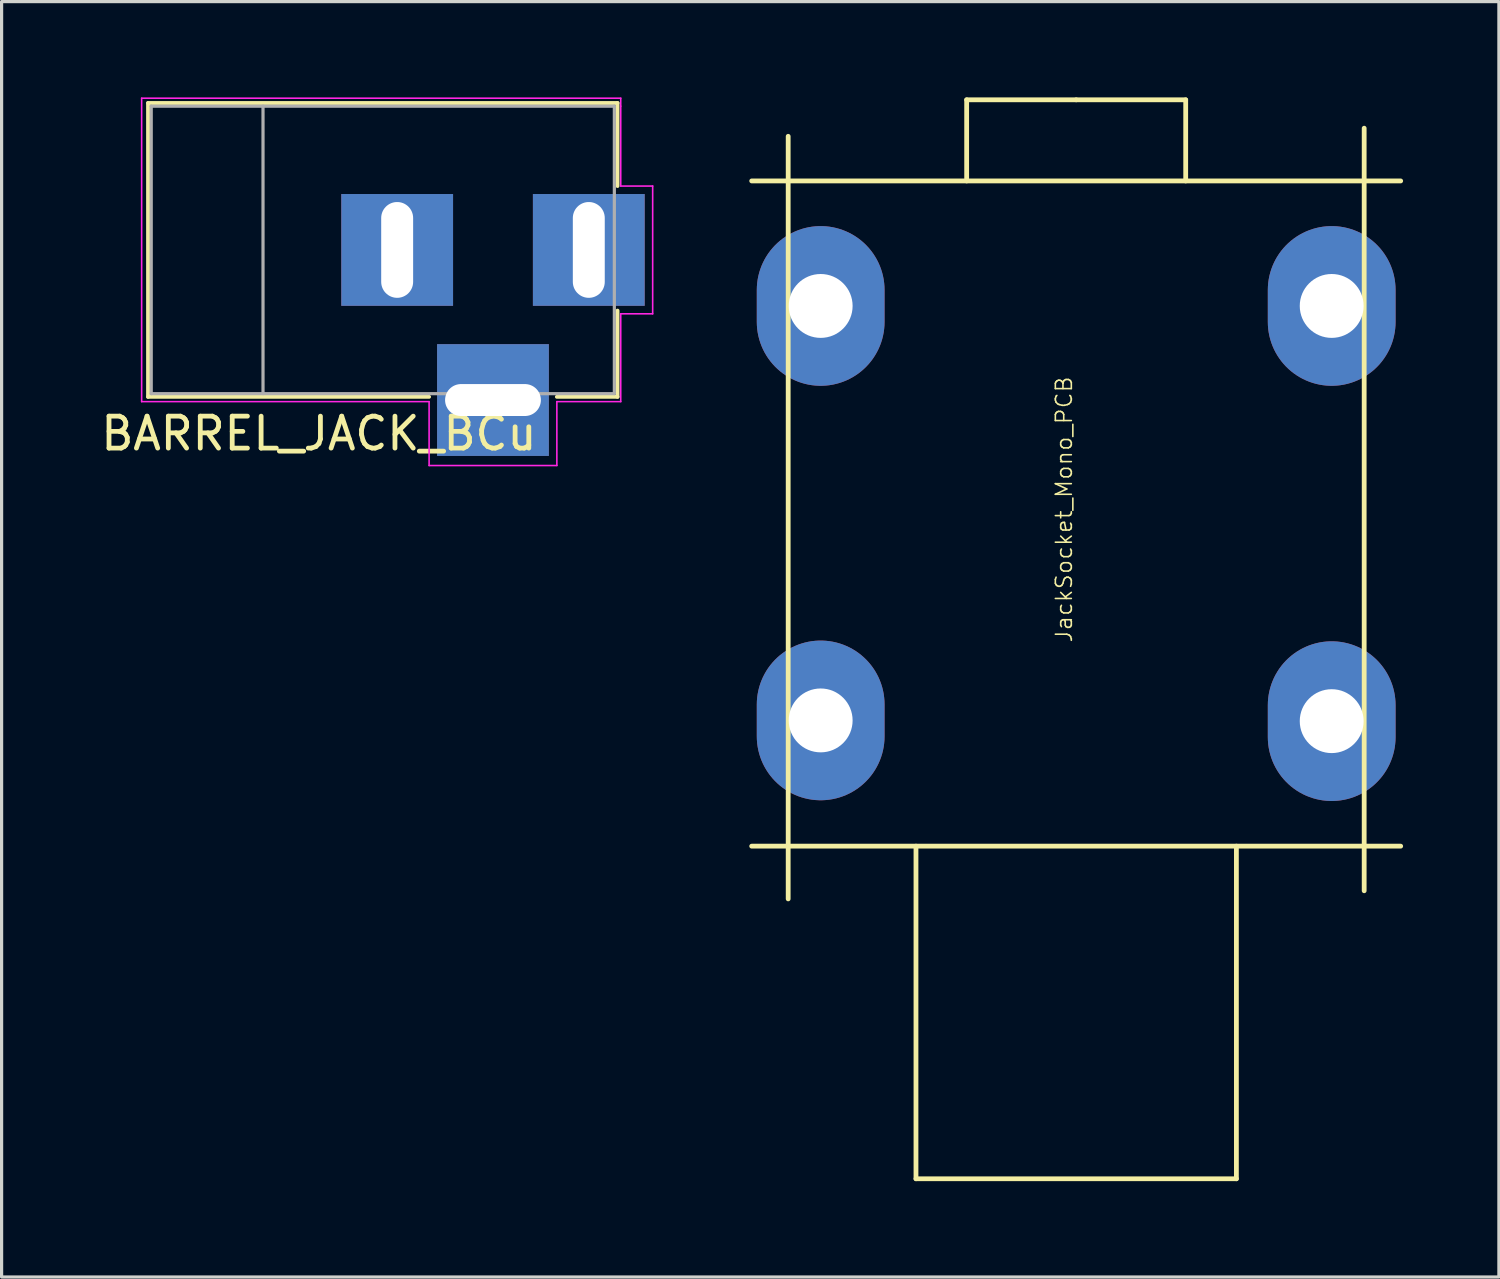
<source format=kicad_pcb>
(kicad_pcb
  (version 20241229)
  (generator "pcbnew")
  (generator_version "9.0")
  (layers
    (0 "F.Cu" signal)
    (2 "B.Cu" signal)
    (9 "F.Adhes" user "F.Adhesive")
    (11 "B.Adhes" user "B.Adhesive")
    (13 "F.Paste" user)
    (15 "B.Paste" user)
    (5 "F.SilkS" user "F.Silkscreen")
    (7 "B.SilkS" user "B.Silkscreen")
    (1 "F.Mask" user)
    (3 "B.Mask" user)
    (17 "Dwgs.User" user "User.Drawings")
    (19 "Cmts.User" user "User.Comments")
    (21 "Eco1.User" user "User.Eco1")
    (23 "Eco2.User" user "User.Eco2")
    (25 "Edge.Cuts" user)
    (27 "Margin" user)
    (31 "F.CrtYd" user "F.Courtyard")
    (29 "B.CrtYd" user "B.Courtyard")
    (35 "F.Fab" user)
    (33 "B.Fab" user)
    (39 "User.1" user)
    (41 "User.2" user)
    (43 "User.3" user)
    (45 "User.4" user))
  (footprint "JackSocket_Mono_PCB"
    (layer "F.Cu")
    (at 30.645 13.029)
    (property "Reference" "JackSocket_Mono_PCB" (at -0.381 -0.127 90) (layer "F.SilkS") (effects (font (size 0.5 0.5) (thickness 0.05))))
    (attr through_hole)
    (fp_line (start -10.16 -10.414) (end 10.16 -10.414) (stroke (width 0.15) (type solid)) (layer "F.SilkS"))
    (fp_line (start -10.16 10.414) (end 10.16 10.414) (stroke (width 0.15) (type solid)) (layer "F.SilkS"))
    (fp_line (start -9.017 -11.811) (end -9.017 12.065) (stroke (width 0.15) (type solid)) (layer "F.SilkS"))
    (fp_line (start -5.016 20.828) (end -5.016 10.414) (stroke (width 0.15) (type solid)) (layer "F.SilkS"))
    (fp_line (start -5.016 20.828) (end 5.016 20.828) (stroke (width 0.15) (type solid)) (layer "F.SilkS"))
    (fp_line (start -3.429 -12.954) (end -3.429 -10.414) (stroke (width 0.15) (type solid)) (layer "F.SilkS"))
    (fp_line (start 0 -12.954) (end -3.429 -12.954) (stroke (width 0.15) (type solid)) (layer "F.SilkS"))
    (fp_line (start 0 -12.954) (end 3.429 -12.954) (stroke (width 0.15) (type solid)) (layer "F.SilkS"))
    (fp_line (start 3.429 -12.954) (end 3.429 -10.414) (stroke (width 0.15) (type solid)) (layer "F.SilkS"))
    (fp_line (start 5.016 20.828) (end 5.016 10.414) (stroke (width 0.15) (type solid)) (layer "F.SilkS"))
    (fp_line (start 9.017 -12.065) (end 9.017 11.811) (stroke (width 0.15) (type solid)) (layer "F.SilkS"))
    (pad "1" thru_hole oval (at 8 -6.5) (size 4 5) (drill 2) (layers "*.Cu" "*.Mask"))
    (pad "2" thru_hole oval (at -8 -6.5) (size 4 5) (drill 2) (layers "*.Cu" "*.Mask"))
    (pad "3" thru_hole oval (at -8 6.477) (size 4 5) (drill 2) (layers "*.Cu" "*.Mask"))
    (pad "4" thru_hole oval (at 8 6.5) (size 4 5) (drill 2) (layers "*.Cu" "*.Mask")))
  (footprint "BARREL_JACK_BCu"
    (layer "F.Cu")
    (at 15.385 4.775)
    (property "Reference" "BARREL_JACK_BCu" (at -8.45 5.75 180) (layer "F.SilkS") (effects (font (size 1 1) (thickness 0.15))))
    (attr through_hole)
    (fp_line (start -13.8 -4.6) (end 0.9 -4.6) (stroke (width 0.12) (type solid)) (layer "F.SilkS"))
    (fp_line (start -13.8 4.6) (end -13.8 -4.6) (stroke (width 0.12) (type solid)) (layer "F.SilkS"))
    (fp_line (start -5 4.6) (end -13.8 4.6) (stroke (width 0.12) (type solid)) (layer "F.SilkS"))
    (fp_line (start 0.9 -4.6) (end 0.9 -2) (stroke (width 0.12) (type solid)) (layer "F.SilkS"))
    (fp_line (start 0.9 1.9) (end 0.9 4.6) (stroke (width 0.12) (type solid)) (layer "F.SilkS"))
    (fp_line (start 0.9 4.6) (end -1 4.6) (stroke (width 0.12) (type solid)) (layer "F.SilkS"))
    (fp_line (start -14 4.75) (end -14 -4.75) (stroke (width 0.05) (type solid)) (layer "F.CrtYd"))
    (fp_line (start -5 4.75) (end -14 4.75) (stroke (width 0.05) (type solid)) (layer "F.CrtYd"))
    (fp_line (start -5 6.75) (end -5 4.75) (stroke (width 0.05) (type solid)) (layer "F.CrtYd"))
    (fp_line (start -1 4.75) (end -1 6.75) (stroke (width 0.05) (type solid)) (layer "F.CrtYd"))
    (fp_line (start -1 6.75) (end -5 6.75) (stroke (width 0.05) (type solid)) (layer "F.CrtYd"))
    (fp_line (start 1 -4.75) (end -14 -4.75) (stroke (width 0.05) (type solid)) (layer "F.CrtYd"))
    (fp_line (start 1 -4.5) (end 1 -4.75) (stroke (width 0.05) (type solid)) (layer "F.CrtYd"))
    (fp_line (start 1 -4.5) (end 1 -2) (stroke (width 0.05) (type solid)) (layer "F.CrtYd"))
    (fp_line (start 1 -2) (end 2 -2) (stroke (width 0.05) (type solid)) (layer "F.CrtYd"))
    (fp_line (start 1 2) (end 1 4.75) (stroke (width 0.05) (type solid)) (layer "F.CrtYd"))
    (fp_line (start 1 4.75) (end -1 4.75) (stroke (width 0.05) (type solid)) (layer "F.CrtYd"))
    (fp_line (start 2 -2) (end 2 2) (stroke (width 0.05) (type solid)) (layer "F.CrtYd"))
    (fp_line (start 2 2) (end 1 2) (stroke (width 0.05) (type solid)) (layer "F.CrtYd"))
    (fp_line (start -13.7 -4.5) (end -13.7 4.5) (stroke (width 0.1) (type solid)) (layer "F.Fab"))
    (fp_line (start -13.7 4.5) (end 0.8 4.5) (stroke (width 0.1) (type solid)) (layer "F.Fab"))
    (fp_line (start -10.2 -4.5) (end -10.2 4.5) (stroke (width 0.1) (type solid)) (layer "F.Fab"))
    (fp_line (start 0.8 -4.5) (end -13.7 -4.5) (stroke (width 0.1) (type solid)) (layer "F.Fab"))
    (fp_line (start 0.8 4.5) (end 0.8 -4.5) (stroke (width 0.1) (type solid)) (layer "F.Fab"))
    (pad "1" thru_hole rect (at 0 0) (size 3.5 3.5) (drill oval 1 3) (layers "*.Mask" "B.Cu"))
    (pad "2" thru_hole rect (at -6 0) (size 3.5 3.5) (drill oval 1 3) (layers "*.Mask" "B.Cu"))
    (pad "3" thru_hole rect (at -3 4.7) (size 3.5 3.5) (drill oval 3 1) (layers "*.Mask" "B.Cu")))
  (gr_rect
    (start -3 -3)
    (end 43.88 36.932)
    (stroke (width 0.1) (type default))
    (fill no)
    (layer "Edge.Cuts")))
</source>
